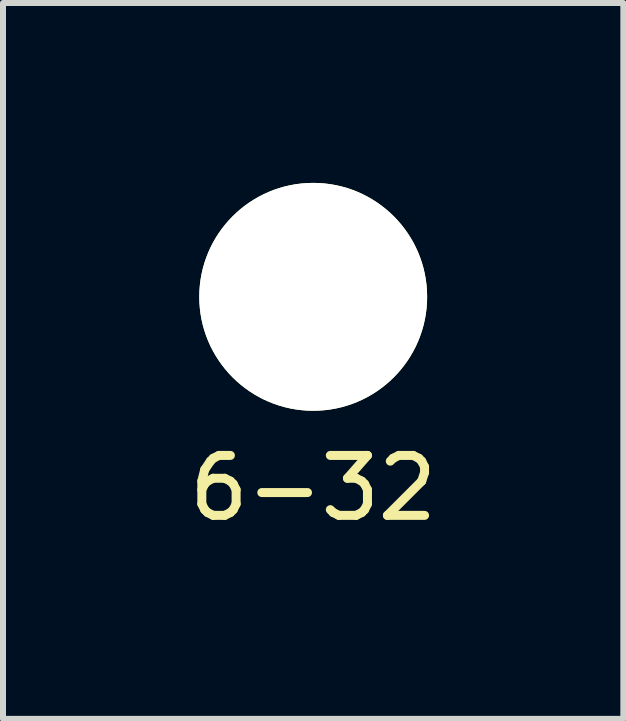
<source format=kicad_pcb>
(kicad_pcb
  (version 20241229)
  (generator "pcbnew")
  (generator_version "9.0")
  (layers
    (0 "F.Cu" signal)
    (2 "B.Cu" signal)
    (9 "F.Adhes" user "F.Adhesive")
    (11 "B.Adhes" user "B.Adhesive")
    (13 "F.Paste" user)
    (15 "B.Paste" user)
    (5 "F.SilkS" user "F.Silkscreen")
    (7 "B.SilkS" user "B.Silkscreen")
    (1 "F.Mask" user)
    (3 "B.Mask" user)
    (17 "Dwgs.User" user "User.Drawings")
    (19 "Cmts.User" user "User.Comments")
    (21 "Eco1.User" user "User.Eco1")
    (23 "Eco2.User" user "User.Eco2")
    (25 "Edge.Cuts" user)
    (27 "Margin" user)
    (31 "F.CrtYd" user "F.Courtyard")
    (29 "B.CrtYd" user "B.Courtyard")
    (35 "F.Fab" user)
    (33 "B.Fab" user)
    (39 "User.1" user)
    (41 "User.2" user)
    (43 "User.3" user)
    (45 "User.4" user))
  (footprint "6-32"
    (layer "F.Cu")
    (at 2.173 1.9)
    (property "Reference" "6-32" (at 0 3.19 0) (layer "F.SilkS") (effects (font (size 1 1) (thickness 0.15))))
    (attr through_hole)
    (pad "" np_thru_hole circle (at 0 0) (size 3.8 3.8) (drill 3.8) (layers "*.Cu" "*.Mask" "F.SilkS")))
  (gr_rect
    (start -3 -3)
    (end 7.345 8.938)
    (stroke (width 0.1) (type default))
    (fill no)
    (layer "Edge.Cuts")))
</source>
